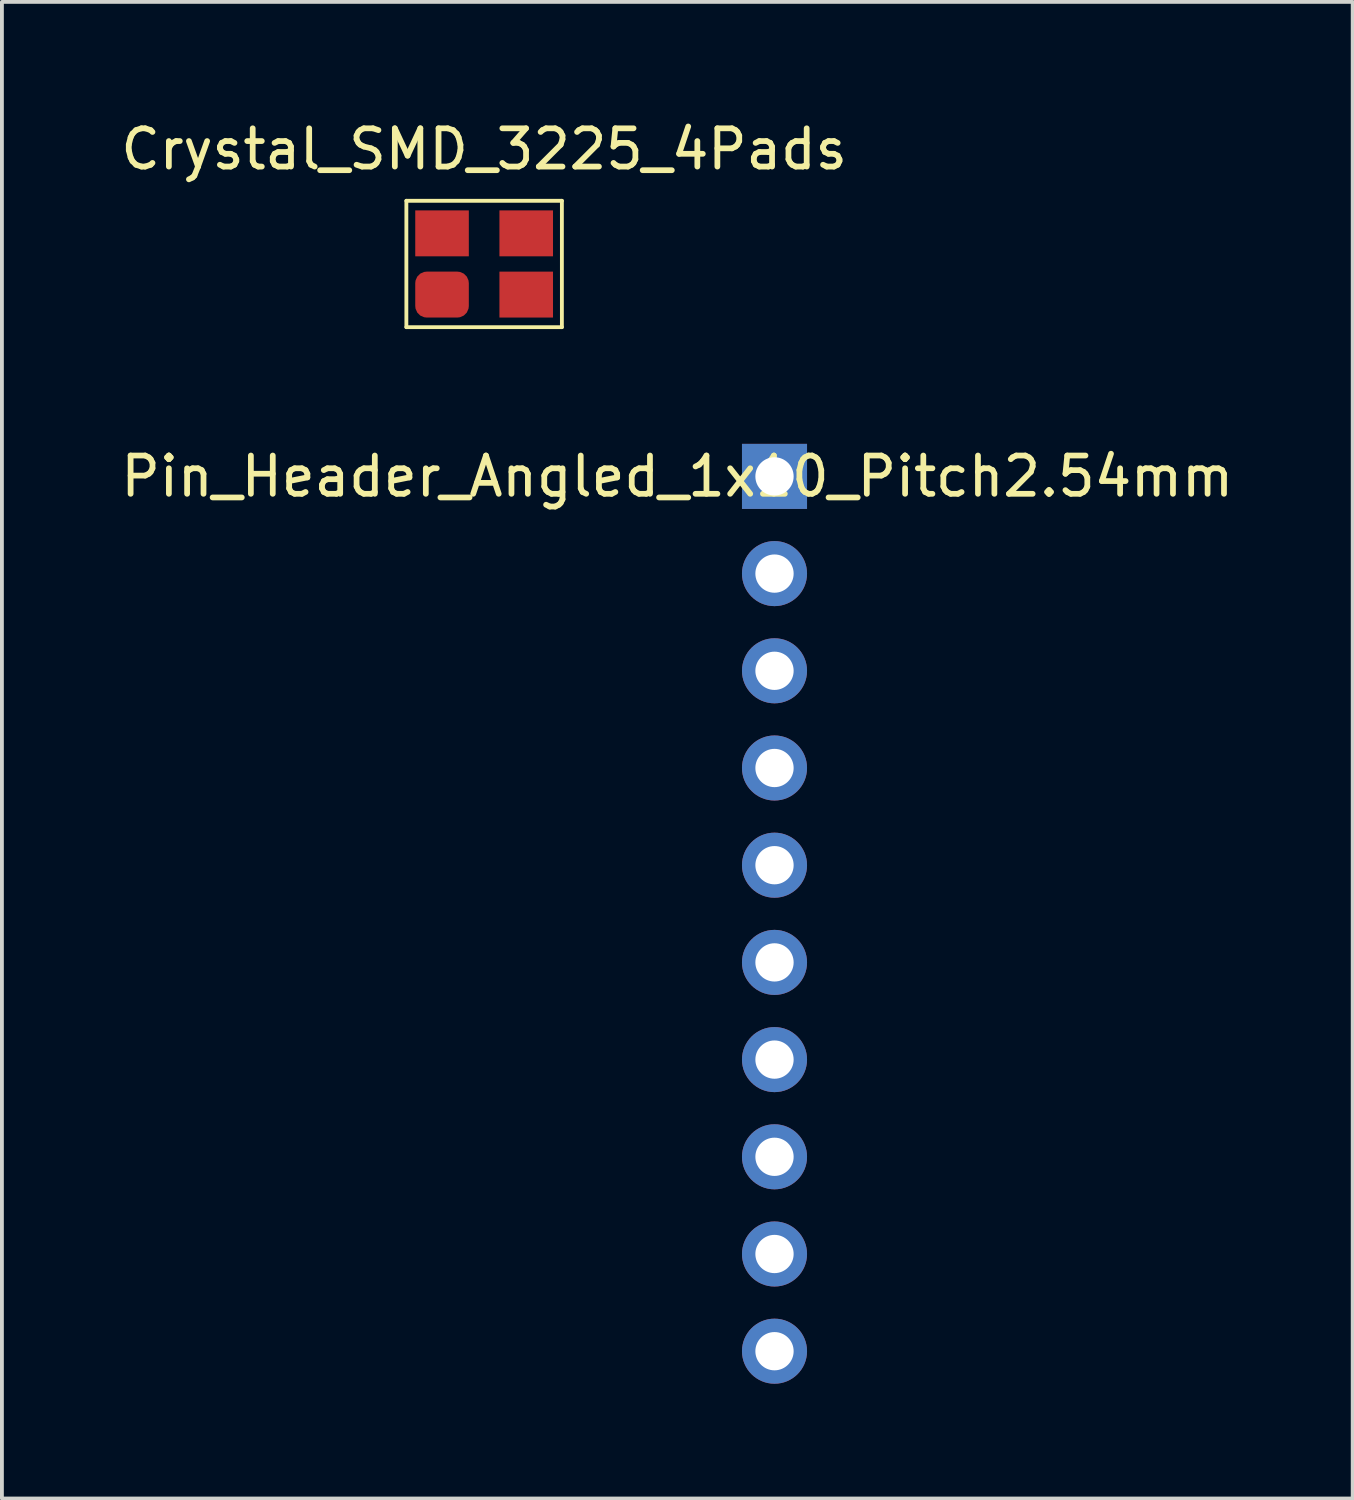
<source format=kicad_pcb>
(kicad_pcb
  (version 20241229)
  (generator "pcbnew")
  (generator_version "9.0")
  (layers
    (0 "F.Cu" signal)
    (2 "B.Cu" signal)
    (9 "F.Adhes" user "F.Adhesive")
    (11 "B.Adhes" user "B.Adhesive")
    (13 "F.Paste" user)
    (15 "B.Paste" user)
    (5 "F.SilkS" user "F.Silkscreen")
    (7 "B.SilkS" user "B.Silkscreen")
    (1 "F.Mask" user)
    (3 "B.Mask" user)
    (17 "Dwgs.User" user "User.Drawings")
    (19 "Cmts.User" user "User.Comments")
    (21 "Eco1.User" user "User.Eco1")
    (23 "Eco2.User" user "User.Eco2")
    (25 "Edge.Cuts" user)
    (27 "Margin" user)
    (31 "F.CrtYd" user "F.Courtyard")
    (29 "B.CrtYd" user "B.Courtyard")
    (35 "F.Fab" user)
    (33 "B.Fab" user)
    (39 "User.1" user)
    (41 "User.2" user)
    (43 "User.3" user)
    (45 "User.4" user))
  (footprint "Pin_Header_Angled_1x10_Pitch2.54mm"
    (layer "F.Cu")
    (at 14.649 9.399)
    (property "Reference" "Pin_Header_Angled_1x10_Pitch2.54mm" (at 0 0 0) (layer "F.SilkS") (effects (font (size 1 1) (thickness 0.15))))
    (attr through_hole)
    (pad "1" thru_hole rect (at 2.54 0) (size 1.7 1.7) (drill 1) (layers "*.Cu" "*.Mask"))
    (pad "2" thru_hole oval (at 2.54 2.54) (size 1.7 1.7) (drill 1) (layers "*.Cu" "*.Mask"))
    (pad "3" thru_hole oval (at 2.54 5.08) (size 1.7 1.7) (drill 1) (layers "*.Cu" "*.Mask"))
    (pad "4" thru_hole oval (at 2.54 7.62) (size 1.7 1.7) (drill 1) (layers "*.Cu" "*.Mask"))
    (pad "5" thru_hole oval (at 2.54 10.16) (size 1.7 1.7) (drill 1) (layers "*.Cu" "*.Mask"))
    (pad "6" thru_hole oval (at 2.54 12.7) (size 1.7 1.7) (drill 1) (layers "*.Cu" "*.Mask"))
    (pad "7" thru_hole oval (at 2.54 15.24) (size 1.7 1.7) (drill 1) (layers "*.Cu" "*.Mask"))
    (pad "8" thru_hole oval (at 2.54 17.78) (size 1.7 1.7) (drill 1) (layers "*.Cu" "*.Mask"))
    (pad "9" thru_hole oval (at 2.54 20.32) (size 1.7 1.7) (drill 1) (layers "*.Cu" "*.Mask"))
    (pad "10" thru_hole oval (at 2.54 22.86) (size 1.7 1.7) (drill 1) (layers "*.Cu" "*.Mask")))
  (footprint "Crystal_SMD_3225_4Pads"
    (layer "F.Cu")
    (at 9.601 3.848)
    (property "Reference" "Crystal_SMD_3225_4Pads" (at 0 -3 0) (layer "F.SilkS") (effects (font (size 1 1) (thickness 0.15))))
    (attr smd)
    (fp_line (start -2.032 -1.651) (end -2.032 1.651) (stroke (width 0.1) (type solid)) (layer "F.SilkS"))
    (fp_line (start -2.032 1.651) (end 2.032 1.651) (stroke (width 0.1) (type solid)) (layer "F.SilkS"))
    (fp_line (start 2.032 -1.651) (end -2.032 -1.651) (stroke (width 0.1) (type solid)) (layer "F.SilkS"))
    (fp_line (start 2.032 1.651) (end 2.032 -1.651) (stroke (width 0.1) (type solid)) (layer "F.SilkS"))
    (pad "1" smd roundrect (at -1.1 0.8) (size 1.4 1.2) (layers "F.Cu" "F.Mask" "F.Paste") (roundrect_rratio 0.25))
    (pad "2" smd rect (at 1.1 0.8) (size 1.4 1.2) (layers "F.Cu" "F.Mask" "F.Paste"))
    (pad "3" smd rect (at 1.1 -0.8) (size 1.4 1.2) (layers "F.Cu" "F.Mask" "F.Paste"))
    (pad "4" smd rect (at -1.1 -0.8) (size 1.4 1.2) (layers "F.Cu" "F.Mask" "F.Paste")))
  (gr_rect
    (start -3 -3)
    (end 32.298 36.109)
    (stroke (width 0.1) (type default))
    (fill no)
    (layer "Edge.Cuts")))
</source>
